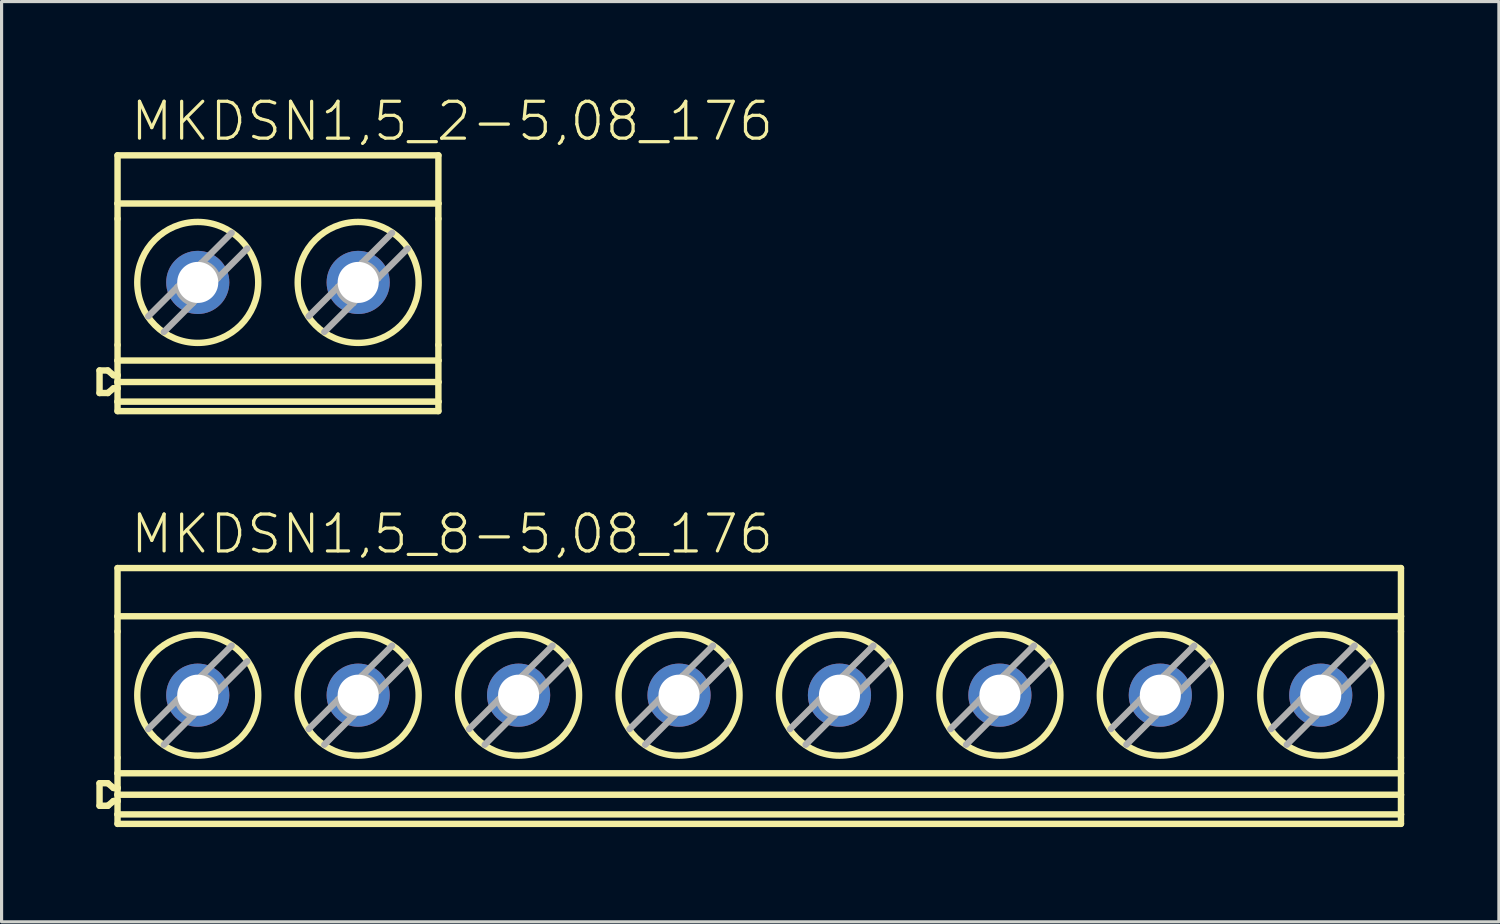
<source format=kicad_pcb>
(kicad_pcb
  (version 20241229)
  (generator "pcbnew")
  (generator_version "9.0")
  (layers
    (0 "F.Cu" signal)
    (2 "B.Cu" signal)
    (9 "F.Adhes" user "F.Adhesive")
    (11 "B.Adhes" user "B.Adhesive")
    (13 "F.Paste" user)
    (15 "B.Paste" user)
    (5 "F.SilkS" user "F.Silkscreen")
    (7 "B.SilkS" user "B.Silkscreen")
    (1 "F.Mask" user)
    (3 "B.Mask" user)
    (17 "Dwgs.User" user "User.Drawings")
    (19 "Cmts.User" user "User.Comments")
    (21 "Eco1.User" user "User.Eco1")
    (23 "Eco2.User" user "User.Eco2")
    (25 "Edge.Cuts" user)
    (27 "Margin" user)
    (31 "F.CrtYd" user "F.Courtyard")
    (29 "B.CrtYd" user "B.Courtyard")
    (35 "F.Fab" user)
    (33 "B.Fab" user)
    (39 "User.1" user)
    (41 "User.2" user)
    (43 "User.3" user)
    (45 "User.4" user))
  (footprint "MKDSN1,5_8-5,08_176"
    (layer "F.Cu")
    (at 21.013 18.988)
    (property "Reference" "MKDSN1,5_8-5,08_176" (at -19.991 -4.445 0) (unlocked yes) (layer "F.SilkS") (effects (font (size 1.168 1.168) (thickness 0.102)) (justify left bottom)))
    (fp_line (start -20.911 2.763) (end -20.911 3.477) (stroke (width 0.203) (type solid)) (layer "F.SilkS"))
    (fp_line (start -20.911 2.763) (end -20.648 2.763) (stroke (width 0.203) (type solid)) (layer "F.SilkS"))
    (fp_line (start -20.911 3.477) (end -20.648 3.477) (stroke (width 0.203) (type solid)) (layer "F.SilkS"))
    (fp_line (start -20.648 2.763) (end -20.47 2.913) (stroke (width 0.203) (type solid)) (layer "F.SilkS"))
    (fp_line (start -20.47 2.913) (end -20.341 2.913) (stroke (width 0.203) (type solid)) (layer "F.SilkS"))
    (fp_line (start -20.47 3.327) (end -20.648 3.477) (stroke (width 0.203) (type solid)) (layer "F.SilkS"))
    (fp_line (start -20.341 -4.05) (end 20.299 -4.05) (stroke (width 0.203) (type solid)) (layer "F.SilkS"))
    (fp_line (start -20.341 -2.524) (end -20.341 -4.05) (stroke (width 0.203) (type solid)) (layer "F.SilkS"))
    (fp_line (start -20.341 -2.524) (end -20.341 -2.041) (stroke (width 0.203) (type solid)) (layer "F.SilkS"))
    (fp_line (start -20.341 -2.524) (end 20.299 -2.524) (stroke (width 0.203) (type solid)) (layer "F.SilkS"))
    (fp_line (start -20.341 1.956) (end -20.341 -2.041) (stroke (width 0.203) (type solid)) (layer "F.SilkS"))
    (fp_line (start -20.341 1.956) (end -20.341 2.448) (stroke (width 0.203) (type solid)) (layer "F.SilkS"))
    (fp_line (start -20.341 2.913) (end -20.341 2.448) (stroke (width 0.203) (type solid)) (layer "F.SilkS"))
    (fp_line (start -20.341 3.128) (end -20.341 2.913) (stroke (width 0.203) (type solid)) (layer "F.SilkS"))
    (fp_line (start -20.341 3.128) (end 20.299 3.128) (stroke (width 0.203) (type solid)) (layer "F.SilkS"))
    (fp_line (start -20.341 3.327) (end -20.47 3.327) (stroke (width 0.203) (type solid)) (layer "F.SilkS"))
    (fp_line (start -20.341 3.327) (end -20.341 3.128) (stroke (width 0.203) (type solid)) (layer "F.SilkS"))
    (fp_line (start -20.341 3.75) (end -20.341 3.327) (stroke (width 0.203) (type solid)) (layer "F.SilkS"))
    (fp_line (start -20.341 3.75) (end -20.341 4.05) (stroke (width 0.203) (type solid)) (layer "F.SilkS"))
    (fp_line (start -20.341 4.05) (end 20.299 4.05) (stroke (width 0.203) (type solid)) (layer "F.SilkS"))
    (fp_line (start 20.299 -2.524) (end 20.299 -4.05) (stroke (width 0.203) (type solid)) (layer "F.SilkS"))
    (fp_line (start 20.299 -2.524) (end 20.299 -2.041) (stroke (width 0.203) (type solid)) (layer "F.SilkS"))
    (fp_line (start 20.299 1.956) (end 20.299 -2.041) (stroke (width 0.203) (type solid)) (layer "F.SilkS"))
    (fp_line (start 20.299 1.956) (end 20.299 2.448) (stroke (width 0.203) (type solid)) (layer "F.SilkS"))
    (fp_line (start 20.299 2.448) (end -20.341 2.448) (stroke (width 0.203) (type solid)) (layer "F.SilkS"))
    (fp_line (start 20.299 3.128) (end 20.299 2.448) (stroke (width 0.203) (type solid)) (layer "F.SilkS"))
    (fp_line (start 20.299 3.75) (end -20.341 3.75) (stroke (width 0.203) (type solid)) (layer "F.SilkS"))
    (fp_line (start 20.299 3.75) (end 20.299 3.128) (stroke (width 0.203) (type solid)) (layer "F.SilkS"))
    (fp_line (start 20.299 3.75) (end 20.299 4.05) (stroke (width 0.203) (type solid)) (layer "F.SilkS"))
    (fp_circle (center -17.801 -0.025) (end -15.886 -0.025) (stroke (width 0.203) (type solid)) (fill no) (layer "F.SilkS"))
    (fp_circle (center -12.721 -0.025) (end -10.806 -0.025) (stroke (width 0.203) (type solid)) (fill no) (layer "F.SilkS"))
    (fp_circle (center -7.641 -0.025) (end -5.726 -0.025) (stroke (width 0.203) (type solid)) (fill no) (layer "F.SilkS"))
    (fp_circle (center -2.561 -0.025) (end -0.646 -0.025) (stroke (width 0.203) (type solid)) (fill no) (layer "F.SilkS"))
    (fp_circle (center 2.519 -0.025) (end 4.434 -0.025) (stroke (width 0.203) (type solid)) (fill no) (layer "F.SilkS"))
    (fp_circle (center 7.599 -0.025) (end 9.514 -0.025) (stroke (width 0.203) (type solid)) (fill no) (layer "F.SilkS"))
    (fp_circle (center 12.679 -0.025) (end 14.594 -0.025) (stroke (width 0.203) (type solid)) (fill no) (layer "F.SilkS"))
    (fp_circle (center 17.759 -0.025) (end 19.674 -0.025) (stroke (width 0.203) (type solid)) (fill no) (layer "F.SilkS"))
    (fp_line (start -19.369 1.048) (end -18.44 0.119) (stroke (width 0.203) (type solid)) (layer "F.Fab"))
    (fp_line (start -18.44 0.119) (end -17.801 -0.52) (stroke (width 0.203) (type solid)) (layer "F.Fab"))
    (fp_line (start -17.961 0.63) (end -18.874 1.543) (stroke (width 0.203) (type solid)) (layer "F.Fab"))
    (fp_line (start -17.801 -0.52) (end -17.682 -0.639) (stroke (width 0.203) (type solid)) (layer "F.Fab"))
    (fp_line (start -17.801 0.47) (end -17.961 0.63) (stroke (width 0.203) (type solid)) (layer "F.Fab"))
    (fp_line (start -17.682 -0.639) (end -16.728 -1.593) (stroke (width 0.203) (type solid)) (layer "F.Fab"))
    (fp_line (start -17.171 -0.16) (end -17.801 0.47) (stroke (width 0.203) (type solid)) (layer "F.Fab"))
    (fp_line (start -16.233 -1.098) (end -17.171 -0.16) (stroke (width 0.203) (type solid)) (layer "F.Fab"))
    (fp_line (start -14.289 1.048) (end -13.36 0.119) (stroke (width 0.203) (type solid)) (layer "F.Fab"))
    (fp_line (start -13.36 0.119) (end -12.721 -0.52) (stroke (width 0.203) (type solid)) (layer "F.Fab"))
    (fp_line (start -12.881 0.63) (end -13.794 1.543) (stroke (width 0.203) (type solid)) (layer "F.Fab"))
    (fp_line (start -12.721 -0.52) (end -12.602 -0.639) (stroke (width 0.203) (type solid)) (layer "F.Fab"))
    (fp_line (start -12.721 0.47) (end -12.881 0.63) (stroke (width 0.203) (type solid)) (layer "F.Fab"))
    (fp_line (start -12.602 -0.639) (end -11.648 -1.593) (stroke (width 0.203) (type solid)) (layer "F.Fab"))
    (fp_line (start -12.091 -0.16) (end -12.721 0.47) (stroke (width 0.203) (type solid)) (layer "F.Fab"))
    (fp_line (start -11.153 -1.098) (end -12.091 -0.16) (stroke (width 0.203) (type solid)) (layer "F.Fab"))
    (fp_line (start -9.209 1.048) (end -8.28 0.119) (stroke (width 0.203) (type solid)) (layer "F.Fab"))
    (fp_line (start -8.28 0.119) (end -7.641 -0.52) (stroke (width 0.203) (type solid)) (layer "F.Fab"))
    (fp_line (start -7.801 0.63) (end -8.714 1.543) (stroke (width 0.203) (type solid)) (layer "F.Fab"))
    (fp_line (start -7.641 -0.52) (end -7.522 -0.639) (stroke (width 0.203) (type solid)) (layer "F.Fab"))
    (fp_line (start -7.641 0.47) (end -7.801 0.63) (stroke (width 0.203) (type solid)) (layer "F.Fab"))
    (fp_line (start -7.522 -0.639) (end -6.568 -1.593) (stroke (width 0.203) (type solid)) (layer "F.Fab"))
    (fp_line (start -7.011 -0.16) (end -7.641 0.47) (stroke (width 0.203) (type solid)) (layer "F.Fab"))
    (fp_line (start -6.073 -1.098) (end -7.011 -0.16) (stroke (width 0.203) (type solid)) (layer "F.Fab"))
    (fp_line (start -4.129 1.048) (end -3.2 0.119) (stroke (width 0.203) (type solid)) (layer "F.Fab"))
    (fp_line (start -3.2 0.119) (end -2.561 -0.52) (stroke (width 0.203) (type solid)) (layer "F.Fab"))
    (fp_line (start -2.721 0.63) (end -3.634 1.543) (stroke (width 0.203) (type solid)) (layer "F.Fab"))
    (fp_line (start -2.561 -0.52) (end -2.442 -0.639) (stroke (width 0.203) (type solid)) (layer "F.Fab"))
    (fp_line (start -2.561 0.47) (end -2.721 0.63) (stroke (width 0.203) (type solid)) (layer "F.Fab"))
    (fp_line (start -2.442 -0.639) (end -1.488 -1.593) (stroke (width 0.203) (type solid)) (layer "F.Fab"))
    (fp_line (start -1.931 -0.16) (end -2.561 0.47) (stroke (width 0.203) (type solid)) (layer "F.Fab"))
    (fp_line (start -0.993 -1.098) (end -1.931 -0.16) (stroke (width 0.203) (type solid)) (layer "F.Fab"))
    (fp_line (start 0.951 1.048) (end 1.88 0.119) (stroke (width 0.203) (type solid)) (layer "F.Fab"))
    (fp_line (start 1.88 0.119) (end 2.519 -0.52) (stroke (width 0.203) (type solid)) (layer "F.Fab"))
    (fp_line (start 2.359 0.63) (end 1.446 1.543) (stroke (width 0.203) (type solid)) (layer "F.Fab"))
    (fp_line (start 2.519 -0.52) (end 2.638 -0.639) (stroke (width 0.203) (type solid)) (layer "F.Fab"))
    (fp_line (start 2.519 0.47) (end 2.359 0.63) (stroke (width 0.203) (type solid)) (layer "F.Fab"))
    (fp_line (start 2.638 -0.639) (end 3.592 -1.593) (stroke (width 0.203) (type solid)) (layer "F.Fab"))
    (fp_line (start 3.149 -0.16) (end 2.519 0.47) (stroke (width 0.203) (type solid)) (layer "F.Fab"))
    (fp_line (start 4.087 -1.098) (end 3.149 -0.16) (stroke (width 0.203) (type solid)) (layer "F.Fab"))
    (fp_line (start 6.031 1.048) (end 6.96 0.119) (stroke (width 0.203) (type solid)) (layer "F.Fab"))
    (fp_line (start 6.96 0.119) (end 7.599 -0.52) (stroke (width 0.203) (type solid)) (layer "F.Fab"))
    (fp_line (start 7.439 0.63) (end 6.526 1.543) (stroke (width 0.203) (type solid)) (layer "F.Fab"))
    (fp_line (start 7.599 -0.52) (end 7.718 -0.639) (stroke (width 0.203) (type solid)) (layer "F.Fab"))
    (fp_line (start 7.599 0.47) (end 7.439 0.63) (stroke (width 0.203) (type solid)) (layer "F.Fab"))
    (fp_line (start 7.718 -0.639) (end 8.672 -1.593) (stroke (width 0.203) (type solid)) (layer "F.Fab"))
    (fp_line (start 8.229 -0.16) (end 7.599 0.47) (stroke (width 0.203) (type solid)) (layer "F.Fab"))
    (fp_line (start 9.167 -1.098) (end 8.229 -0.16) (stroke (width 0.203) (type solid)) (layer "F.Fab"))
    (fp_line (start 11.111 1.048) (end 12.04 0.119) (stroke (width 0.203) (type solid)) (layer "F.Fab"))
    (fp_line (start 12.04 0.119) (end 12.679 -0.52) (stroke (width 0.203) (type solid)) (layer "F.Fab"))
    (fp_line (start 12.519 0.63) (end 11.606 1.543) (stroke (width 0.203) (type solid)) (layer "F.Fab"))
    (fp_line (start 12.679 -0.52) (end 12.798 -0.639) (stroke (width 0.203) (type solid)) (layer "F.Fab"))
    (fp_line (start 12.679 0.47) (end 12.519 0.63) (stroke (width 0.203) (type solid)) (layer "F.Fab"))
    (fp_line (start 12.798 -0.639) (end 13.752 -1.593) (stroke (width 0.203) (type solid)) (layer "F.Fab"))
    (fp_line (start 13.309 -0.16) (end 12.679 0.47) (stroke (width 0.203) (type solid)) (layer "F.Fab"))
    (fp_line (start 14.247 -1.098) (end 13.309 -0.16) (stroke (width 0.203) (type solid)) (layer "F.Fab"))
    (fp_line (start 16.191 1.048) (end 17.12 0.119) (stroke (width 0.203) (type solid)) (layer "F.Fab"))
    (fp_line (start 17.12 0.119) (end 17.759 -0.52) (stroke (width 0.203) (type solid)) (layer "F.Fab"))
    (fp_line (start 17.599 0.63) (end 16.686 1.543) (stroke (width 0.203) (type solid)) (layer "F.Fab"))
    (fp_line (start 17.759 -0.52) (end 17.878 -0.639) (stroke (width 0.203) (type solid)) (layer "F.Fab"))
    (fp_line (start 17.759 0.47) (end 17.599 0.63) (stroke (width 0.203) (type solid)) (layer "F.Fab"))
    (fp_line (start 17.878 -0.639) (end 18.832 -1.593) (stroke (width 0.203) (type solid)) (layer "F.Fab"))
    (fp_line (start 18.389 -0.16) (end 17.759 0.47) (stroke (width 0.203) (type solid)) (layer "F.Fab"))
    (fp_line (start 19.327 -1.098) (end 18.389 -0.16) (stroke (width 0.203) (type solid)) (layer "F.Fab"))
    (fp_arc (start -17.961099 0.63) (mid -18.275315 0.444537) (end -18.4401 0.119) (stroke (width 0.2032) (type solid)) (layer "F.Fab"))
    (fp_arc (start -17.6821 -0.639) (mid -17.356563 -0.474216) (end -17.1711 -0.16) (stroke (width 0.2032) (type solid)) (layer "F.Fab"))
    (fp_arc (start -12.881099 0.63) (mid -13.195315 0.444537) (end -13.3601 0.119) (stroke (width 0.2032) (type solid)) (layer "F.Fab"))
    (fp_arc (start -12.6021 -0.639) (mid -12.276563 -0.474216) (end -12.0911 -0.16) (stroke (width 0.2032) (type solid)) (layer "F.Fab"))
    (fp_arc (start -7.801099 0.63) (mid -8.115315 0.444537) (end -8.2801 0.119) (stroke (width 0.2032) (type solid)) (layer "F.Fab"))
    (fp_arc (start -7.5221 -0.639) (mid -7.196563 -0.474216) (end -7.0111 -0.16) (stroke (width 0.2032) (type solid)) (layer "F.Fab"))
    (fp_arc (start -2.721099 0.63) (mid -3.035315 0.444537) (end -3.2001 0.119) (stroke (width 0.2032) (type solid)) (layer "F.Fab"))
    (fp_arc (start -2.4421 -0.639) (mid -2.116563 -0.474216) (end -1.9311 -0.16) (stroke (width 0.2032) (type solid)) (layer "F.Fab"))
    (fp_arc (start 2.3589 0.629999) (mid 2.044684 0.444536) (end 1.8799 0.119) (stroke (width 0.2032) (type solid)) (layer "F.Fab"))
    (fp_arc (start 2.6379 -0.639001) (mid 2.963437 -0.474216) (end 3.1489 -0.16) (stroke (width 0.2032) (type solid)) (layer "F.Fab"))
    (fp_arc (start 7.4389 0.629999) (mid 7.124684 0.444536) (end 6.9599 0.119) (stroke (width 0.2032) (type solid)) (layer "F.Fab"))
    (fp_arc (start 7.7179 -0.639001) (mid 8.043437 -0.474216) (end 8.2289 -0.16) (stroke (width 0.2032) (type solid)) (layer "F.Fab"))
    (fp_arc (start 12.5189 0.629999) (mid 12.204684 0.444536) (end 12.0399 0.119) (stroke (width 0.2032) (type solid)) (layer "F.Fab"))
    (fp_arc (start 12.7979 -0.639001) (mid 13.123437 -0.474216) (end 13.3089 -0.16) (stroke (width 0.2032) (type solid)) (layer "F.Fab"))
    (fp_arc (start 17.5989 0.629999) (mid 17.284684 0.444536) (end 17.1199 0.119) (stroke (width 0.2032) (type solid)) (layer "F.Fab"))
    (fp_arc (start 17.8779 -0.639001) (mid 18.203437 -0.474216) (end 18.3889 -0.16) (stroke (width 0.2032) (type solid)) (layer "F.Fab"))
    (pad "1" thru_hole circle (at -17.801 -0.025) (size 2 2) (drill 1.3) (layers "*.Cu" "*.Mask"))
    (pad "2" thru_hole circle (at -12.721 -0.025) (size 2 2) (drill 1.3) (layers "*.Cu" "*.Mask"))
    (pad "3" thru_hole circle (at -7.641 -0.025) (size 2 2) (drill 1.3) (layers "*.Cu" "*.Mask"))
    (pad "4" thru_hole circle (at -2.561 -0.025) (size 2 2) (drill 1.3) (layers "*.Cu" "*.Mask"))
    (pad "5" thru_hole circle (at 2.519 -0.025) (size 2 2) (drill 1.3) (layers "*.Cu" "*.Mask"))
    (pad "6" thru_hole circle (at 7.599 -0.025) (size 2 2) (drill 1.3) (layers "*.Cu" "*.Mask"))
    (pad "7" thru_hole circle (at 12.679 -0.025) (size 2 2) (drill 1.3) (layers "*.Cu" "*.Mask"))
    (pad "8" thru_hole circle (at 17.759 -0.025) (size 2 2) (drill 1.3) (layers "*.Cu" "*.Mask")))
  (footprint "MKDSN1,5_2-5,08_176"
    (layer "F.Cu")
    (at 5.773 5.918)
    (property "Reference" "MKDSN1,5_2-5,08_176" (at -4.751 -4.445 0) (unlocked yes) (layer "F.SilkS") (effects (font (size 1.168 1.168) (thickness 0.102)) (justify left bottom)))
    (fp_line (start -5.671 2.763) (end -5.671 3.477) (stroke (width 0.203) (type solid)) (layer "F.SilkS"))
    (fp_line (start -5.671 2.763) (end -5.408 2.763) (stroke (width 0.203) (type solid)) (layer "F.SilkS"))
    (fp_line (start -5.671 3.477) (end -5.408 3.477) (stroke (width 0.203) (type solid)) (layer "F.SilkS"))
    (fp_line (start -5.408 2.763) (end -5.23 2.913) (stroke (width 0.203) (type solid)) (layer "F.SilkS"))
    (fp_line (start -5.23 2.913) (end -5.101 2.913) (stroke (width 0.203) (type solid)) (layer "F.SilkS"))
    (fp_line (start -5.23 3.327) (end -5.408 3.477) (stroke (width 0.203) (type solid)) (layer "F.SilkS"))
    (fp_line (start -5.101 -4.05) (end 5.059 -4.05) (stroke (width 0.203) (type solid)) (layer "F.SilkS"))
    (fp_line (start -5.101 -2.524) (end -5.101 -4.05) (stroke (width 0.203) (type solid)) (layer "F.SilkS"))
    (fp_line (start -5.101 -2.524) (end -5.101 -2.041) (stroke (width 0.203) (type solid)) (layer "F.SilkS"))
    (fp_line (start -5.101 -2.524) (end 5.059 -2.524) (stroke (width 0.203) (type solid)) (layer "F.SilkS"))
    (fp_line (start -5.101 1.956) (end -5.101 -2.041) (stroke (width 0.203) (type solid)) (layer "F.SilkS"))
    (fp_line (start -5.101 1.956) (end -5.101 2.448) (stroke (width 0.203) (type solid)) (layer "F.SilkS"))
    (fp_line (start -5.101 2.913) (end -5.101 2.448) (stroke (width 0.203) (type solid)) (layer "F.SilkS"))
    (fp_line (start -5.101 3.128) (end -5.101 2.913) (stroke (width 0.203) (type solid)) (layer "F.SilkS"))
    (fp_line (start -5.101 3.128) (end 5.059 3.128) (stroke (width 0.203) (type solid)) (layer "F.SilkS"))
    (fp_line (start -5.101 3.327) (end -5.23 3.327) (stroke (width 0.203) (type solid)) (layer "F.SilkS"))
    (fp_line (start -5.101 3.327) (end -5.101 3.128) (stroke (width 0.203) (type solid)) (layer "F.SilkS"))
    (fp_line (start -5.101 3.75) (end -5.101 3.327) (stroke (width 0.203) (type solid)) (layer "F.SilkS"))
    (fp_line (start -5.101 3.75) (end -5.101 4.05) (stroke (width 0.203) (type solid)) (layer "F.SilkS"))
    (fp_line (start -5.101 4.05) (end 5.059 4.05) (stroke (width 0.203) (type solid)) (layer "F.SilkS"))
    (fp_line (start 5.059 -2.524) (end 5.059 -4.05) (stroke (width 0.203) (type solid)) (layer "F.SilkS"))
    (fp_line (start 5.059 -2.524) (end 5.059 -2.041) (stroke (width 0.203) (type solid)) (layer "F.SilkS"))
    (fp_line (start 5.059 1.956) (end 5.059 -2.041) (stroke (width 0.203) (type solid)) (layer "F.SilkS"))
    (fp_line (start 5.059 1.956) (end 5.059 2.448) (stroke (width 0.203) (type solid)) (layer "F.SilkS"))
    (fp_line (start 5.059 2.448) (end -5.101 2.448) (stroke (width 0.203) (type solid)) (layer "F.SilkS"))
    (fp_line (start 5.059 3.128) (end 5.059 2.448) (stroke (width 0.203) (type solid)) (layer "F.SilkS"))
    (fp_line (start 5.059 3.75) (end -5.101 3.75) (stroke (width 0.203) (type solid)) (layer "F.SilkS"))
    (fp_line (start 5.059 3.75) (end 5.059 3.128) (stroke (width 0.203) (type solid)) (layer "F.SilkS"))
    (fp_line (start 5.059 3.75) (end 5.059 4.05) (stroke (width 0.203) (type solid)) (layer "F.SilkS"))
    (fp_circle (center -2.561 -0.025) (end -0.646 -0.025) (stroke (width 0.203) (type solid)) (fill no) (layer "F.SilkS"))
    (fp_circle (center 2.519 -0.025) (end 4.434 -0.025) (stroke (width 0.203) (type solid)) (fill no) (layer "F.SilkS"))
    (fp_line (start -4.129 1.048) (end -3.2 0.119) (stroke (width 0.203) (type solid)) (layer "F.Fab"))
    (fp_line (start -3.2 0.119) (end -2.561 -0.52) (stroke (width 0.203) (type solid)) (layer "F.Fab"))
    (fp_line (start -2.721 0.63) (end -3.634 1.543) (stroke (width 0.203) (type solid)) (layer "F.Fab"))
    (fp_line (start -2.561 -0.52) (end -2.442 -0.639) (stroke (width 0.203) (type solid)) (layer "F.Fab"))
    (fp_line (start -2.561 0.47) (end -2.721 0.63) (stroke (width 0.203) (type solid)) (layer "F.Fab"))
    (fp_line (start -2.442 -0.639) (end -1.488 -1.593) (stroke (width 0.203) (type solid)) (layer "F.Fab"))
    (fp_line (start -1.931 -0.16) (end -2.561 0.47) (stroke (width 0.203) (type solid)) (layer "F.Fab"))
    (fp_line (start -0.993 -1.098) (end -1.931 -0.16) (stroke (width 0.203) (type solid)) (layer "F.Fab"))
    (fp_line (start 0.951 1.048) (end 1.88 0.119) (stroke (width 0.203) (type solid)) (layer "F.Fab"))
    (fp_line (start 1.88 0.119) (end 2.519 -0.52) (stroke (width 0.203) (type solid)) (layer "F.Fab"))
    (fp_line (start 2.359 0.63) (end 1.446 1.543) (stroke (width 0.203) (type solid)) (layer "F.Fab"))
    (fp_line (start 2.519 -0.52) (end 2.638 -0.639) (stroke (width 0.203) (type solid)) (layer "F.Fab"))
    (fp_line (start 2.519 0.47) (end 2.359 0.63) (stroke (width 0.203) (type solid)) (layer "F.Fab"))
    (fp_line (start 2.638 -0.639) (end 3.592 -1.593) (stroke (width 0.203) (type solid)) (layer "F.Fab"))
    (fp_line (start 3.149 -0.16) (end 2.519 0.47) (stroke (width 0.203) (type solid)) (layer "F.Fab"))
    (fp_line (start 4.087 -1.098) (end 3.149 -0.16) (stroke (width 0.203) (type solid)) (layer "F.Fab"))
    (fp_arc (start -2.721099 0.63) (mid -3.035315 0.444537) (end -3.2001 0.119) (stroke (width 0.2032) (type solid)) (layer "F.Fab"))
    (fp_arc (start -2.4421 -0.639) (mid -2.116563 -0.474216) (end -1.9311 -0.16) (stroke (width 0.2032) (type solid)) (layer "F.Fab"))
    (fp_arc (start 2.3589 0.629999) (mid 2.044684 0.444536) (end 1.8799 0.119) (stroke (width 0.2032) (type solid)) (layer "F.Fab"))
    (fp_arc (start 2.6379 -0.639001) (mid 2.963437 -0.474216) (end 3.1489 -0.16) (stroke (width 0.2032) (type solid)) (layer "F.Fab"))
    (pad "1" thru_hole circle (at -2.561 -0.025) (size 2 2) (drill 1.3) (layers "*.Cu" "*.Mask"))
    (pad "2" thru_hole circle (at 2.519 -0.025) (size 2 2) (drill 1.3) (layers "*.Cu" "*.Mask")))
  (gr_rect
    (start -3 -3)
    (end 44.413 26.14)
    (stroke (width 0.1) (type default))
    (fill no)
    (layer "Edge.Cuts")))
</source>
